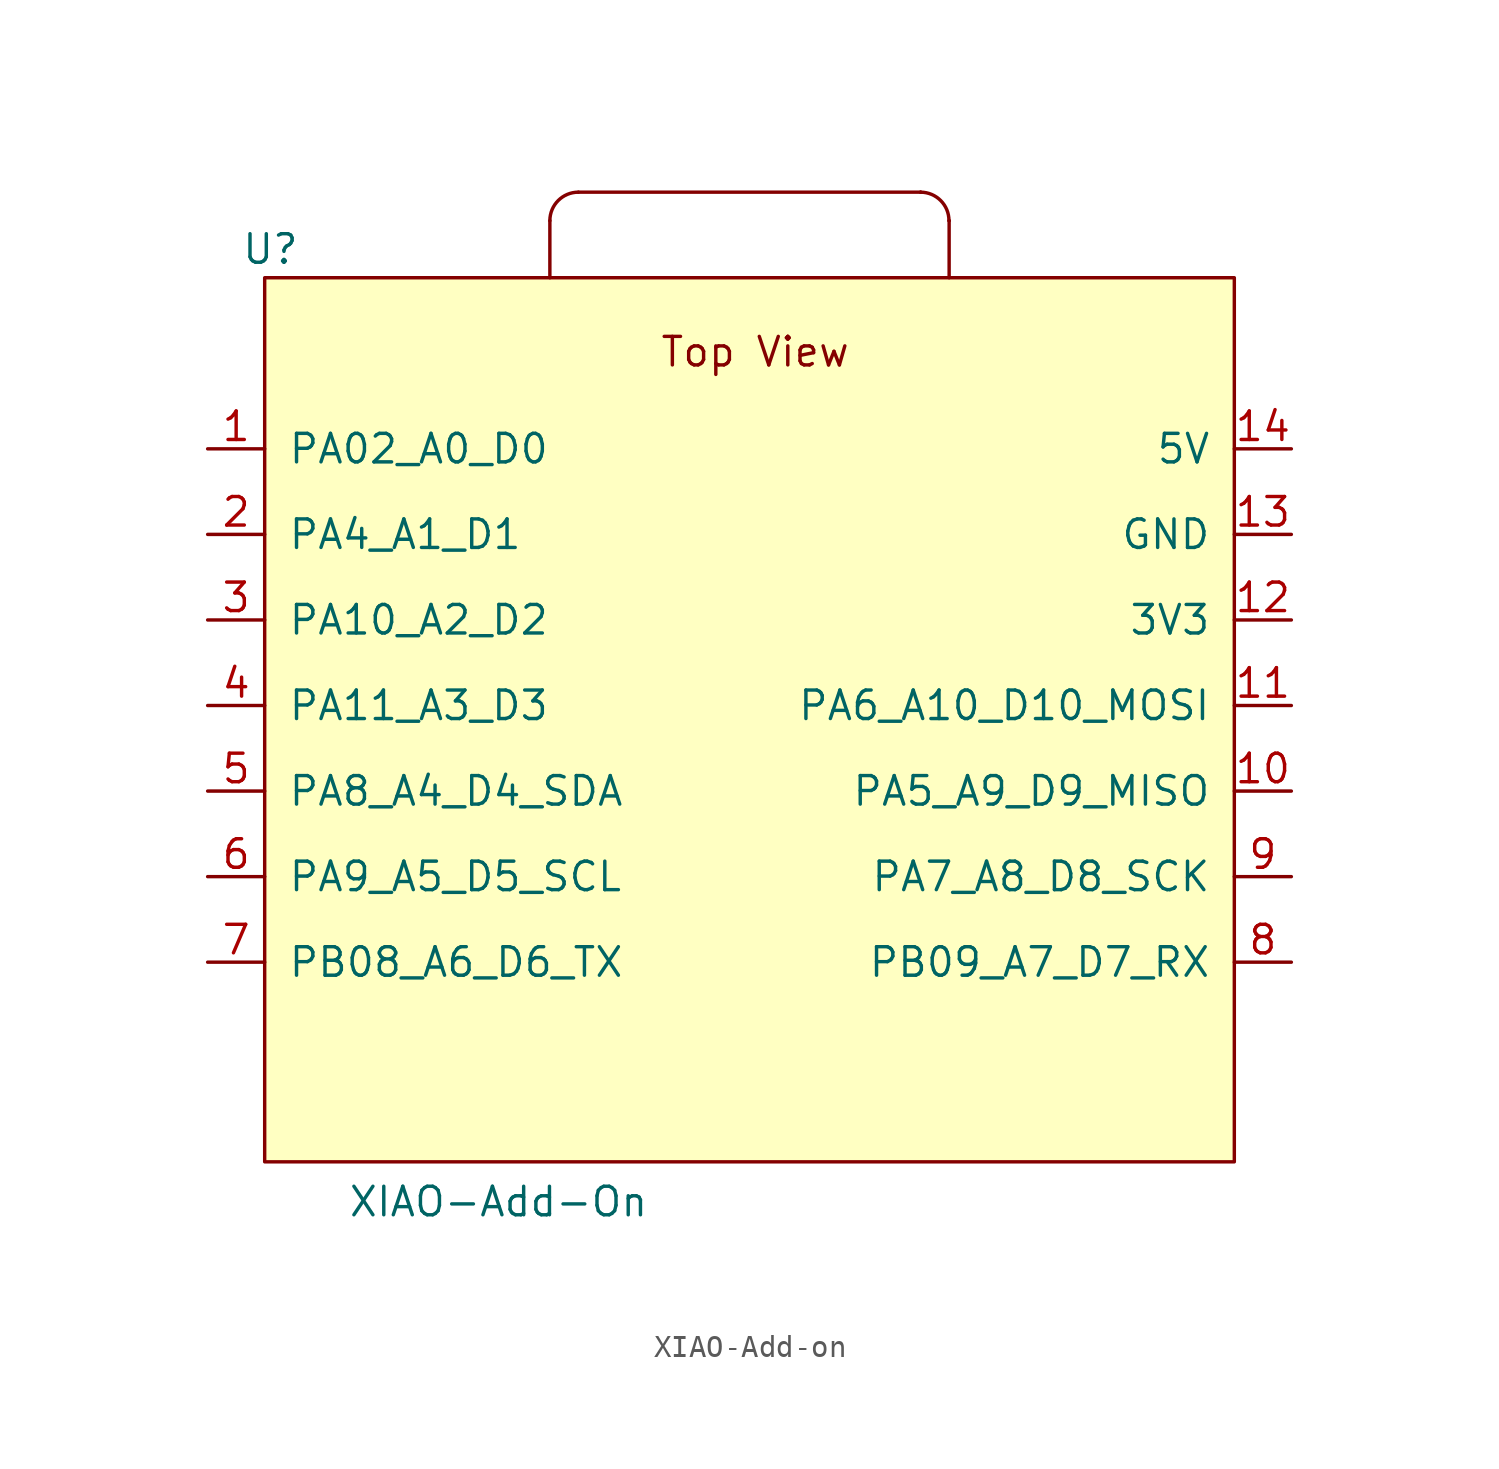
<source format=kicad_sym>
(kicad_symbol_lib
  (version 20241209)
  (generator "kicad_symbol_editor")
  (generator_version "9.0")
  (symbol "XIAO-Add-on"
    (pin_names
      (offset 1.016))
    (property "Reference" "U"
      (at -21.336 19.05 0)
      (effects (font (size 1.27 1.27))))
    (property "Value" "XIAO-Add-On"
      (at -11.176 -23.368 0)
      (effects (font (size 1.27 1.27))))
    (symbol "XIAO-Add-on_1_0"
      (pin passive line (at -24.13 10.16 0) (length 2.54) (name "PA02_A0_D0" (effects (font (size 1.27 1.27)))) (number "1" (effects (font (size 1.27 1.27)))))
      (pin passive line (at -24.13 6.35 0) (length 2.54) (name "PA4_A1_D1" (effects (font (size 1.27 1.27)))) (number "2" (effects (font (size 1.27 1.27)))))
      (pin passive line (at -24.13 2.54 0) (length 2.54) (name "PA10_A2_D2" (effects (font (size 1.27 1.27)))) (number "3" (effects (font (size 1.27 1.27)))))
      (pin passive line (at -24.13 -1.27 0) (length 2.54) (name "PA11_A3_D3" (effects (font (size 1.27 1.27)))) (number "4" (effects (font (size 1.27 1.27)))))
      (pin passive line (at -24.13 -5.08 0) (length 2.54) (name "PA8_A4_D4_SDA" (effects (font (size 1.27 1.27)))) (number "5" (effects (font (size 1.27 1.27)))))
      (pin passive line (at -24.13 -8.89 0) (length 2.54) (name "PA9_A5_D5_SCL" (effects (font (size 1.27 1.27)))) (number "6" (effects (font (size 1.27 1.27)))))
      (pin passive line (at -24.13 -12.7 0) (length 2.54) (name "PB08_A6_D6_TX" (effects (font (size 1.27 1.27)))) (number "7" (effects (font (size 1.27 1.27)))))
      (pin passive line (at 24.13 10.16 180) (length 2.54) (name "5V" (effects (font (size 1.27 1.27)))) (number "14" (effects (font (size 1.27 1.27)))))
      (pin passive line (at 24.13 6.35 180) (length 2.54) (name "GND" (effects (font (size 1.27 1.27)))) (number "13" (effects (font (size 1.27 1.27)))))
      (pin passive line (at 24.13 2.54 180) (length 2.54) (name "3V3" (effects (font (size 1.27 1.27)))) (number "12" (effects (font (size 1.27 1.27)))))
      (pin passive line (at 24.13 -1.27 180) (length 2.54) (name "PA6_A10_D10_MOSI" (effects (font (size 1.27 1.27)))) (number "11" (effects (font (size 1.27 1.27)))))
      (pin passive line (at 24.13 -5.08 180) (length 2.54) (name "PA5_A9_D9_MISO" (effects (font (size 1.27 1.27)))) (number "10" (effects (font (size 1.27 1.27)))))
      (pin passive line (at 24.13 -8.89 180) (length 2.54) (name "PA7_A8_D8_SCK" (effects (font (size 1.27 1.27)))) (number "9" (effects (font (size 1.27 1.27)))))
      (pin passive line (at 24.13 -12.7 180) (length 2.54) (name "PB09_A7_D7_RX" (effects (font (size 1.27 1.27)))) (number "8" (effects (font (size 1.27 1.27))))))
    (symbol "XIAO-Add-on_1_1"
      (rectangle (start -21.59 17.78) (end 21.59 -21.59) (stroke (width 0) (type default)) (fill (type background)))
      (polyline (pts (xy -8.89 20.32) (xy -8.89 17.78)) (stroke (width 0) (type default)) (fill (type none)))
      (polyline (pts (xy -7.62 21.59) (xy 7.62 21.59)) (stroke (width 0) (type default)) (fill (type none)))
      (arc (start -8.89 20.32) (mid -8.518 21.218) (end -7.62 21.59) (stroke (width 0) (type default)) (fill (type none)))
      (arc (start 7.62 21.59) (mid 7.62 21.59) (end 7.62 21.59) (stroke (width 0) (type default)) (fill (type none)))
      (arc (start 7.62 21.59) (mid 8.518 21.218) (end 8.89 20.32) (stroke (width 0) (type default)) (fill (type none)))
      (polyline (pts (xy 8.89 20.32) (xy 8.89 17.78)) (stroke (width 0) (type default)) (fill (type none)))
      (arc (start 8.89 20.32) (mid 8.89 20.32) (end 8.89 20.32) (stroke (width 0) (type default)) (fill (type none)))
      (text "Top View" (at 0.254 14.478 0) (effects (font (size 1.27 1.27)))))))
</source>
